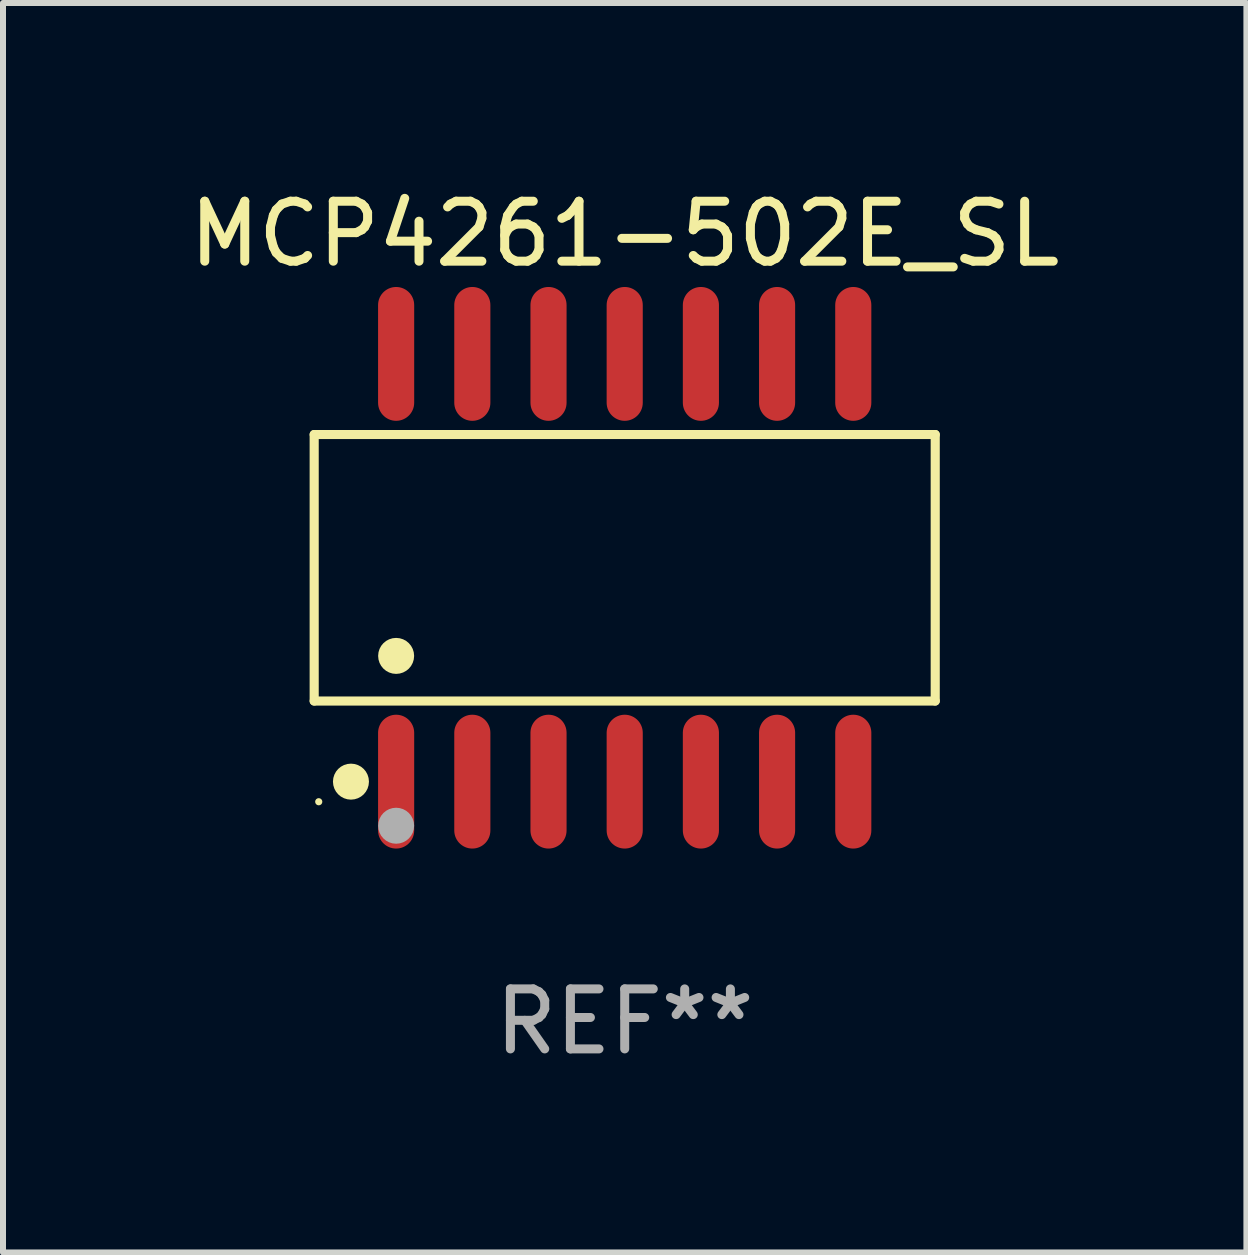
<source format=kicad_pcb>
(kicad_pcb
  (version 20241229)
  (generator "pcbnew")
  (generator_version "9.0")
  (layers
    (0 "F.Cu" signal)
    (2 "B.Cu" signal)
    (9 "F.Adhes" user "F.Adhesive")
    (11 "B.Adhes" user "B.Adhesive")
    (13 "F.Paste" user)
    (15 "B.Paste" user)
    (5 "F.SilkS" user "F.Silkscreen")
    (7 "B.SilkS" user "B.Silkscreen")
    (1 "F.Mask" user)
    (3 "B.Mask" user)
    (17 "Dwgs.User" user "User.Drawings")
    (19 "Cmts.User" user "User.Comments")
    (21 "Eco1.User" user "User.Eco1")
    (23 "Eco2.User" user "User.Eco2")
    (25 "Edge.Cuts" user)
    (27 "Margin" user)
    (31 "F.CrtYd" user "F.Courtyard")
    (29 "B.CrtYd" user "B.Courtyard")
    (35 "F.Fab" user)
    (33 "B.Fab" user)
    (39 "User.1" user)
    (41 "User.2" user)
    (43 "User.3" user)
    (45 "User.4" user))
  (footprint "MCP4261-502E_SL"
    (layer "F.Cu")
    (at 7.363 6.414)
    (property "Reference" "MCP4261-502E_SL" (at 0 -5.565 0) (layer "F.SilkS") (effects (font (size 1 1) (thickness 0.15))))
    (attr through_hole)
    (fp_line (start -5.176 -2.221) (end 5.176 -2.221) (stroke (width 0.152) (type solid)) (layer "F.SilkS"))
    (fp_line (start -5.176 2.221) (end -5.176 -2.221) (stroke (width 0.152) (type solid)) (layer "F.SilkS"))
    (fp_line (start 5.176 -2.221) (end 5.176 2.221) (stroke (width 0.152) (type solid)) (layer "F.SilkS"))
    (fp_line (start 5.176 2.221) (end -5.176 2.221) (stroke (width 0.152) (type solid)) (layer "F.SilkS"))
    (fp_circle (center -5.1 3.9) (end -5.07 3.9) (stroke (width 0.06) (type solid)) (fill no) (layer "F.SilkS"))
    (fp_circle (center -4.563 3.565) (end -4.413 3.565) (stroke (width 0.3) (type solid)) (fill no) (layer "F.SilkS"))
    (fp_circle (center -3.81 1.469) (end -3.66 1.469) (stroke (width 0.3) (type solid)) (fill no) (layer "F.SilkS"))
    (fp_circle (center -3.81 4.3) (end -3.66 4.3) (stroke (width 0.3) (type solid)) (fill no) (layer "F.Fab"))
    (fp_text user "REF**" (at 0 7.565 0) (layer "F.Fab") (effects (font (size 1 1) (thickness 0.15))))
    (pad "1" smd oval (at -3.81 3.565) (size 0.602 2.231) (layers "F.Cu" "F.Mask" "F.Paste"))
    (pad "2" smd oval (at -2.54 3.565) (size 0.602 2.231) (layers "F.Cu" "F.Mask" "F.Paste"))
    (pad "3" smd oval (at -1.27 3.565) (size 0.602 2.231) (layers "F.Cu" "F.Mask" "F.Paste"))
    (pad "4" smd oval (at 0 3.565) (size 0.602 2.231) (layers "F.Cu" "F.Mask" "F.Paste"))
    (pad "5" smd oval (at 1.27 3.565) (size 0.602 2.231) (layers "F.Cu" "F.Mask" "F.Paste"))
    (pad "6" smd oval (at 2.54 3.565) (size 0.602 2.231) (layers "F.Cu" "F.Mask" "F.Paste"))
    (pad "7" smd oval (at 3.81 3.565) (size 0.602 2.231) (layers "F.Cu" "F.Mask" "F.Paste"))
    (pad "8" smd oval (at 3.81 -3.565) (size 0.602 2.231) (layers "F.Cu" "F.Mask" "F.Paste"))
    (pad "9" smd oval (at 2.54 -3.565) (size 0.602 2.231) (layers "F.Cu" "F.Mask" "F.Paste"))
    (pad "10" smd oval (at 1.27 -3.565) (size 0.602 2.231) (layers "F.Cu" "F.Mask" "F.Paste"))
    (pad "11" smd oval (at 0 -3.565) (size 0.602 2.231) (layers "F.Cu" "F.Mask" "F.Paste"))
    (pad "12" smd oval (at -1.27 -3.565) (size 0.602 2.231) (layers "F.Cu" "F.Mask" "F.Paste"))
    (pad "13" smd oval (at -2.54 -3.565) (size 0.602 2.231) (layers "F.Cu" "F.Mask" "F.Paste"))
    (pad "14" smd oval (at -3.81 -3.565) (size 0.602 2.231) (layers "F.Cu" "F.Mask" "F.Paste")))
  (gr_rect
    (start -3 -3)
    (end 17.726 17.827)
    (stroke (width 0.1) (type default))
    (fill no)
    (layer "Edge.Cuts")))
</source>
